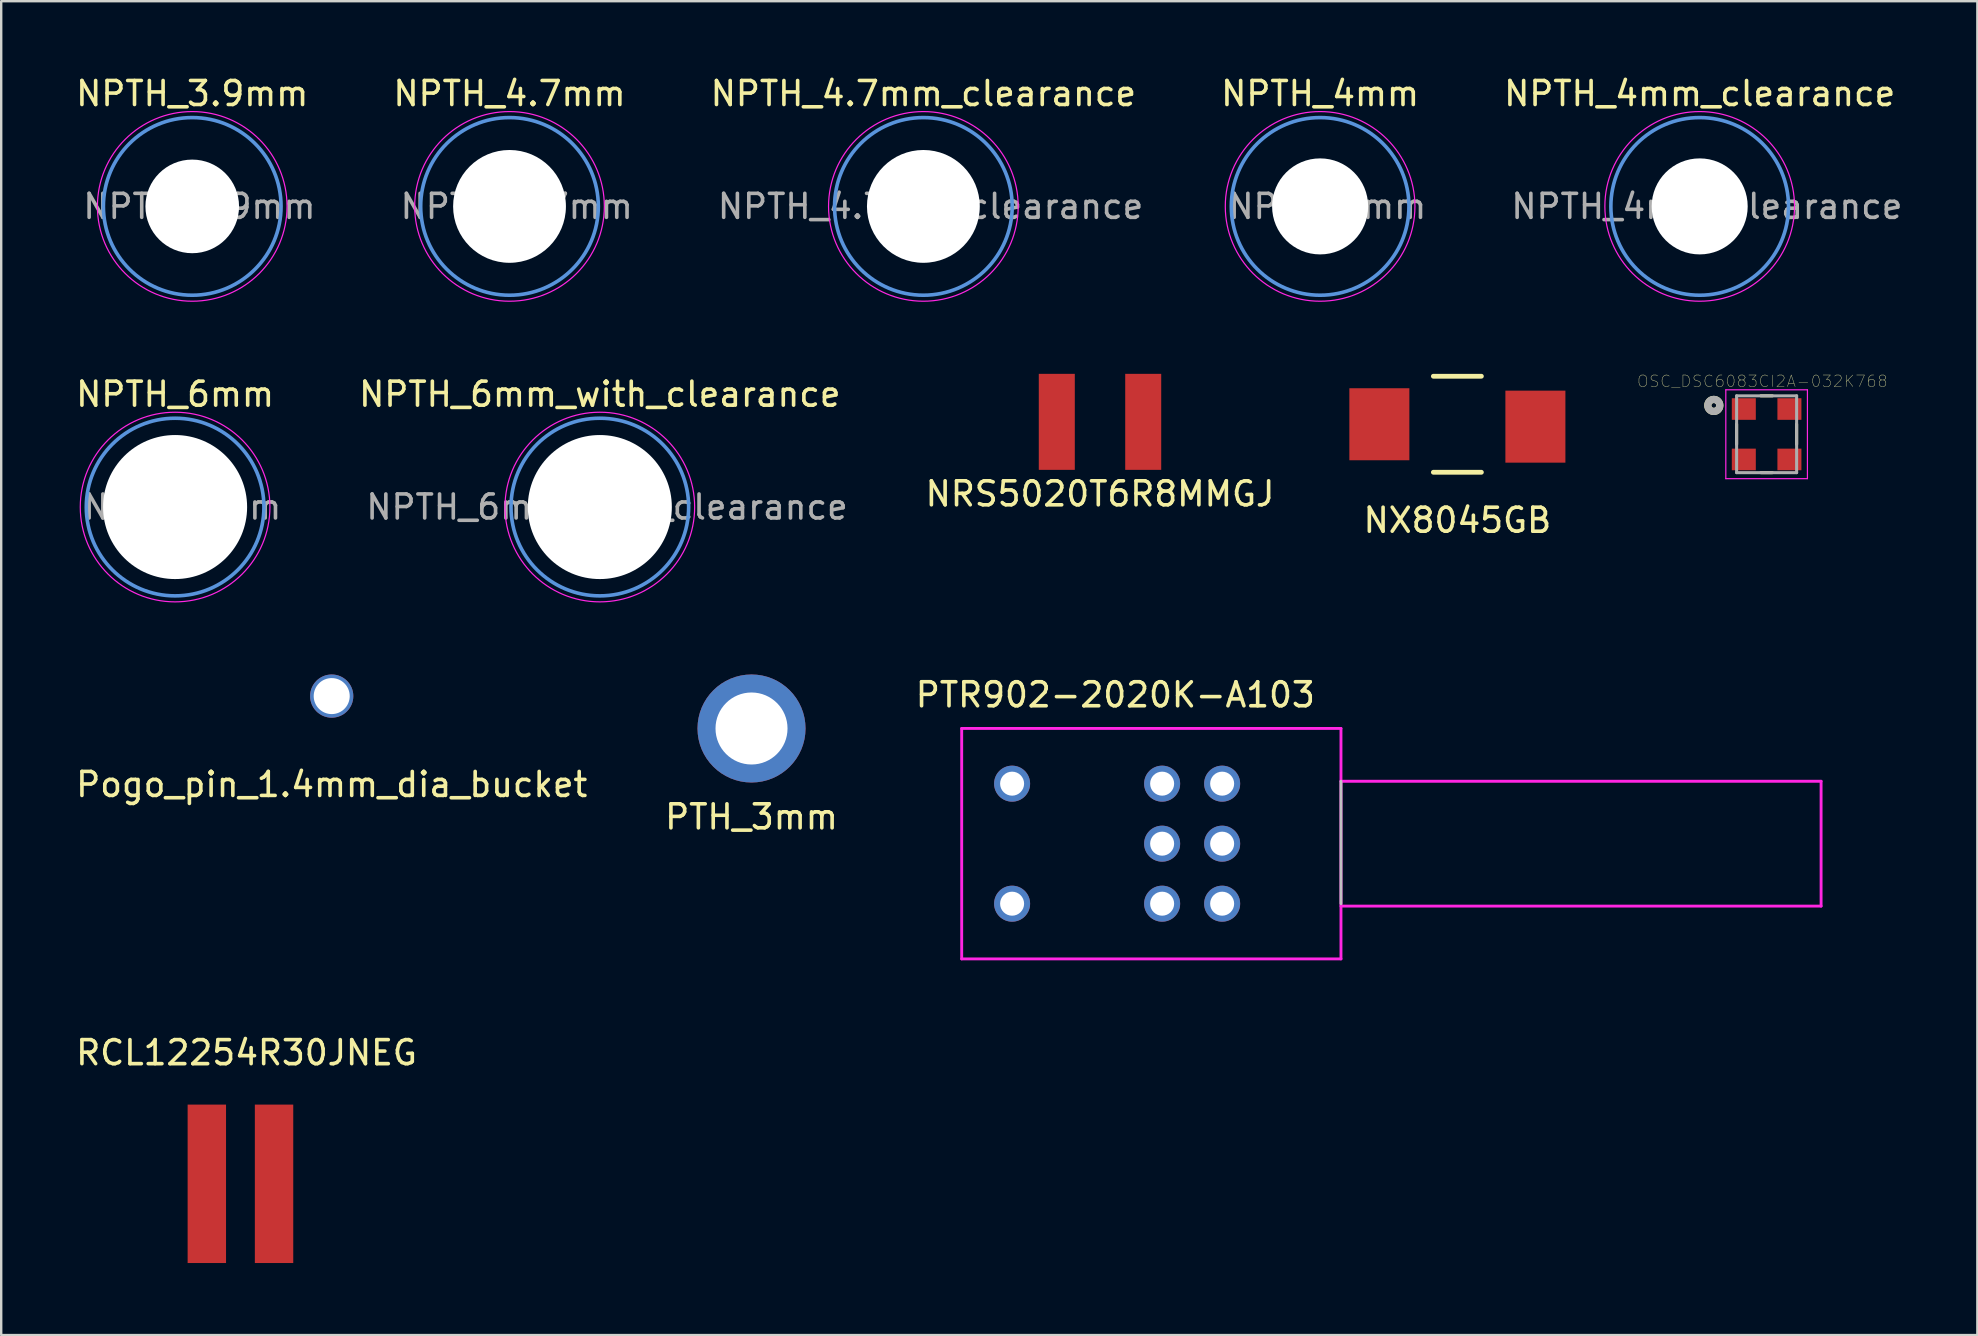
<source format=kicad_pcb>
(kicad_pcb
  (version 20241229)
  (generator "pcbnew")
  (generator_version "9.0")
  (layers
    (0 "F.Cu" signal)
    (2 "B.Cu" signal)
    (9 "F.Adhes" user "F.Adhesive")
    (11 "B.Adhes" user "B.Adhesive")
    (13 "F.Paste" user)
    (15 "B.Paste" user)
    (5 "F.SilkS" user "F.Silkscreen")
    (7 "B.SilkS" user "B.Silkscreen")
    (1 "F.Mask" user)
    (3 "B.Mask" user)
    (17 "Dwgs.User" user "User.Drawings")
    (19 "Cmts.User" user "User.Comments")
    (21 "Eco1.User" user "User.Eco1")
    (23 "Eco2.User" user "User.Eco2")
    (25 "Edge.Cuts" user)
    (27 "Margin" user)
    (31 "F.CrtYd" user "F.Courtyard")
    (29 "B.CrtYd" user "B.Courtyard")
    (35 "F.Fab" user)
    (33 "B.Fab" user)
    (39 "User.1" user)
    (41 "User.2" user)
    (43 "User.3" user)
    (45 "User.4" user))
  (footprint "PTR902-2020K-A103"
    (layer "F.Cu")
    (at 39.111 29.595)
    (property "Reference" "PTR902-2020K-A103" (at 4.3 -3.7 0) (layer "F.SilkS") (effects (font (size 1 1) (thickness 0.15))))
    (attr through_hole)
    (fp_line (start 13.7 -0.1) (end 13.7 5) (stroke (width 0.12) (type solid)) (layer "Dwgs.User"))
    (fp_line (start -2.1 -2.3) (end 13.7 -2.3) (stroke (width 0.12) (type solid)) (layer "F.CrtYd"))
    (fp_line (start -2.1 7.3) (end -2.1 -2.3) (stroke (width 0.12) (type solid)) (layer "F.CrtYd"))
    (fp_line (start 13.7 -2.3) (end 13.7 7.3) (stroke (width 0.12) (type solid)) (layer "F.CrtYd"))
    (fp_line (start 13.7 -0.1) (end 33.7 -0.1) (stroke (width 0.12) (type solid)) (layer "F.CrtYd"))
    (fp_line (start 13.7 7.3) (end -2.1 7.3) (stroke (width 0.12) (type solid)) (layer "F.CrtYd"))
    (fp_line (start 33.7 -0.1) (end 33.7 5.1) (stroke (width 0.12) (type solid)) (layer "F.CrtYd"))
    (fp_line (start 33.7 5.1) (end 13.7 5.1) (stroke (width 0.12) (type solid)) (layer "F.CrtYd"))
    (pad "1" thru_hole circle (at 8.75 5) (size 1.5 1.5) (drill 1) (layers "*.Cu" "*.Mask"))
    (pad "2" thru_hole circle (at 8.75 2.5) (size 1.5 1.5) (drill 1) (layers "*.Cu" "*.Mask"))
    (pad "3" thru_hole circle (at 8.75 0) (size 1.5 1.5) (drill 1) (layers "*.Cu" "*.Mask"))
    (pad "4" thru_hole circle (at 6.25 5) (size 1.5 1.5) (drill 1) (layers "*.Cu" "*.Mask"))
    (pad "5" thru_hole circle (at 6.25 2.5) (size 1.5 1.5) (drill 1) (layers "*.Cu" "*.Mask"))
    (pad "6" thru_hole circle (at 6.25 0) (size 1.5 1.5) (drill 1) (layers "*.Cu" "*.Mask"))
    (pad "7" thru_hole circle (at 0 5) (size 1.5 1.5) (drill 1) (layers "*.Cu" "*.Mask"))
    (pad "8" thru_hole circle (at 0 0) (size 1.5 1.5) (drill 1) (layers "*.Cu" "*.Mask")))
  (footprint "NPTH_4mm"
    (layer "F.Cu")
    (at 51.942 5.548)
    (property "Reference" "NPTH_4mm" (at 0 -4.7 0) (layer "F.SilkS") (effects (font (size 1 1) (thickness 0.15))))
    (attr exclude_from_pos_files exclude_from_bom)
    (fp_circle (center 0 0) (end 3.7 0) (stroke (width 0.15) (type solid)) (fill no) (layer "Cmts.User"))
    (fp_circle (center 0 0) (end 3.95 0) (stroke (width 0.05) (type solid)) (fill no) (layer "F.CrtYd"))
    (fp_text user "${REFERENCE}" (at 0.3 0 0) (layer "F.Fab") (effects (font (size 1 1) (thickness 0.15))))
    (pad "" np_thru_hole circle (at 0 0) (size 4 4) (drill 4) (layers "*.Cu" "*.Mask")))
  (footprint "NPTH_6mm_with_clearance"
    (layer "F.Cu")
    (at 21.937 18.072)
    (property "Reference" "NPTH_6mm_with_clearance" (at 0 -4.7 0) (layer "F.SilkS") (effects (font (size 1 1) (thickness 0.15))))
    (attr exclude_from_pos_files exclude_from_bom)
    (fp_circle (center 0 0) (end 3.7 0) (stroke (width 0.15) (type solid)) (fill no) (layer "Cmts.User"))
    (fp_circle (center 0 0) (end 3.95 0) (stroke (width 0.05) (type solid)) (fill no) (layer "F.CrtYd"))
    (fp_text user "${REFERENCE}" (at 0.3 0 0) (layer "F.Fab") (effects (font (size 1 1) (thickness 0.15))))
    (pad "" np_thru_hole circle (at 0 0) (size 6 6) (drill 6) (layers "*.Cu" "*.Mask")))
  (footprint "NPTH_3.9mm"
    (layer "F.Cu")
    (at 4.958 5.548)
    (property "Reference" "NPTH_3.9mm" (at 0 -4.7 0) (layer "F.SilkS") (effects (font (size 1 1) (thickness 0.15))))
    (attr exclude_from_pos_files exclude_from_bom)
    (fp_circle (center 0 0) (end 3.7 0) (stroke (width 0.15) (type solid)) (fill no) (layer "Cmts.User"))
    (fp_circle (center 0 0) (end 3.95 0) (stroke (width 0.05) (type solid)) (fill no) (layer "F.CrtYd"))
    (fp_text user "${REFERENCE}" (at 0.3 0 0) (layer "F.Fab") (effects (font (size 1 1) (thickness 0.15))))
    (pad "" np_thru_hole circle (at 0 0) (size 3.9 3.9) (drill 3.9) (layers "*.Cu" "*.Mask")))
  (footprint "NPTH_4mm_clearance"
    (layer "F.Cu")
    (at 67.754 5.548)
    (property "Reference" "NPTH_4mm_clearance" (at 0 -4.7 0) (layer "F.SilkS") (effects (font (size 1 1) (thickness 0.15))))
    (attr exclude_from_pos_files exclude_from_bom)
    (fp_circle (center 0 0) (end 3.7 0) (stroke (width 0.15) (type solid)) (fill no) (layer "Cmts.User"))
    (fp_circle (center 0 0) (end 3.95 0) (stroke (width 0.05) (type solid)) (fill no) (layer "F.CrtYd"))
    (fp_text user "${REFERENCE}" (at 0.3 0 0) (layer "F.Fab") (effects (font (size 1 1) (thickness 0.15))))
    (pad "" np_thru_hole circle (at 0 0) (size 4 4) (drill 4) (layers "*.Cu" "*.Mask")))
  (footprint "NRS5020T6R8MMGJ"
    (layer "F.Cu")
    (at 42.773 14.523)
    (property "Reference" "NRS5020T6R8MMGJ" (at 0 3 0) (layer "F.SilkS") (effects (font (size 1 1) (thickness 0.15))))
    (attr through_hole)
    (pad "1" smd rect (at -1.8 0) (size 1.5 4) (layers "F.Cu" "F.Mask" "F.Paste"))
    (pad "2" smd rect (at 1.8 0) (size 1.5 4) (layers "F.Cu" "F.Mask" "F.Paste")))
  (footprint "PTH_3mm"
    (layer "F.Cu")
    (at 28.256 27.297)
    (property "Reference" "PTH_3mm" (at 0 3.683 0) (layer "F.SilkS") (effects (font (size 1 1) (thickness 0.15))))
    (attr through_hole)
    (pad "1" thru_hole circle (at 0 0) (size 4.5 4.5) (drill 3) (layers "*.Cu" "*.Mask")))
  (footprint "NX8045GB"
    (layer "F.Cu")
    (at 57.66 14.623)
    (property "Reference" "NX8045GB" (at 0 4 0) (layer "F.SilkS") (effects (font (size 1 1) (thickness 0.15))))
    (attr through_hole)
    (fp_line (start -1 -2) (end 1 -2) (stroke (width 0.2) (type solid)) (layer "F.SilkS"))
    (fp_line (start 1 2) (end -1 2) (stroke (width 0.2) (type solid)) (layer "F.SilkS"))
    (pad "1" smd rect (at -3.25 0) (size 2.5 3) (layers "F.Cu" "F.Mask" "F.Paste"))
    (pad "2" smd rect (at 3.25 0.1) (size 2.5 3) (layers "F.Cu" "F.Mask" "F.Paste")))
  (footprint "NPTH_4.7mm_clearance"
    (layer "F.Cu")
    (at 35.415 5.548)
    (property "Reference" "NPTH_4.7mm_clearance" (at 0 -4.7 0) (layer "F.SilkS") (effects (font (size 1 1) (thickness 0.15))))
    (attr exclude_from_pos_files exclude_from_bom)
    (fp_circle (center 0 0) (end 3.7 0) (stroke (width 0.15) (type solid)) (fill no) (layer "Cmts.User"))
    (fp_circle (center 0 0) (end 3.95 0) (stroke (width 0.05) (type solid)) (fill no) (layer "F.CrtYd"))
    (fp_text user "${REFERENCE}" (at 0.3 0 0) (layer "F.Fab") (effects (font (size 1 1) (thickness 0.15))))
    (pad "" np_thru_hole circle (at 0 0) (size 4.7 4.7) (drill 4.7) (layers "*.Cu" "*.Mask")))
  (footprint "Pogo_pin_1.4mm_dia_bucket"
    (layer "F.Cu")
    (at 10.768 25.947)
    (property "Reference" "Pogo_pin_1.4mm_dia_bucket" (at 0 3.683 0) (layer "F.SilkS") (effects (font (size 1 1) (thickness 0.15))))
    (attr through_hole)
    (pad "1" thru_hole circle (at 0 0) (size 1.8 1.8) (drill 1.5) (layers "*.Cu" "*.Mask")))
  (footprint "OSC_DSC6083CI2A-032K768"
    (layer "F.Cu")
    (at 70.542 15.039)
    (property "Reference" "OSC_DSC6083CI2A-032K768" (at -0.176 -2.208 0) (layer "F.SilkS") (effects (font (size 0.481 0.481) (thickness 0.015))))
    (attr through_hole)
    (fp_line (start -1.25 0.42) (end -1.25 -0.42) (stroke (width 0.127) (type solid)) (layer "F.SilkS"))
    (fp_line (start -0.24 -1.6) (end 0.24 -1.6) (stroke (width 0.127) (type solid)) (layer "F.SilkS"))
    (fp_line (start -0.24 1.6) (end 0.24 1.6) (stroke (width 0.127) (type solid)) (layer "F.SilkS"))
    (fp_line (start 1.25 -0.42) (end 1.25 0.42) (stroke (width 0.127) (type solid)) (layer "F.SilkS"))
    (fp_circle (center -2.2 -1.2) (end -2.1 -1.2) (stroke (width 0.3) (type solid)) (fill no) (layer "F.SilkS"))
    (fp_line (start -1.7 -1.85) (end 1.7 -1.85) (stroke (width 0.05) (type solid)) (layer "F.CrtYd"))
    (fp_line (start -1.7 1.85) (end -1.7 -1.85) (stroke (width 0.05) (type solid)) (layer "F.CrtYd"))
    (fp_line (start 1.7 -1.85) (end 1.7 1.85) (stroke (width 0.05) (type solid)) (layer "F.CrtYd"))
    (fp_line (start 1.7 1.85) (end -1.7 1.85) (stroke (width 0.05) (type solid)) (layer "F.CrtYd"))
    (fp_line (start -1.25 -1.6) (end 1.25 -1.6) (stroke (width 0.127) (type solid)) (layer "F.Fab"))
    (fp_line (start -1.25 1.6) (end -1.25 -1.6) (stroke (width 0.127) (type solid)) (layer "F.Fab"))
    (fp_line (start 1.25 -1.6) (end 1.25 1.6) (stroke (width 0.127) (type solid)) (layer "F.Fab"))
    (fp_line (start 1.25 1.6) (end -1.25 1.6) (stroke (width 0.127) (type solid)) (layer "F.Fab"))
    (fp_circle (center -2.2 -1.2) (end -2.1 -1.2) (stroke (width 0.3) (type solid)) (fill no) (layer "F.Fab"))
    (pad "1" smd rect (at -0.95 -1.05) (size 1 0.9) (layers "F.Cu" "F.Mask" "F.Paste"))
    (pad "2" smd rect (at -0.95 1.05) (size 1 0.9) (layers "F.Cu" "F.Mask" "F.Paste"))
    (pad "3" smd rect (at 0.95 1.05) (size 1 0.9) (layers "F.Cu" "F.Mask" "F.Paste"))
    (pad "4" smd rect (at 0.95 -1.05) (size 1 0.9) (layers "F.Cu" "F.Mask" "F.Paste")))
  (footprint "RCL12254R30JNEG"
    (layer "F.Cu")
    (at 6.966 46.264)
    (property "Reference" "RCL12254R30JNEG" (at 0.254 -5.461 0) (layer "F.SilkS") (effects (font (size 1 1) (thickness 0.15))))
    (attr through_hole)
    (pad "1" smd rect (at -1.4 0) (size 1.6 6.6) (layers "F.Cu" "F.Mask" "F.Paste"))
    (pad "2" smd rect (at 1.4 0) (size 1.6 6.6) (layers "F.Cu" "F.Mask" "F.Paste")))
  (footprint "NPTH_4.7mm"
    (layer "F.Cu")
    (at 18.175 5.548)
    (property "Reference" "NPTH_4.7mm" (at 0 -4.7 0) (layer "F.SilkS") (effects (font (size 1 1) (thickness 0.15))))
    (attr exclude_from_pos_files exclude_from_bom)
    (fp_circle (center 0 0) (end 3.7 0) (stroke (width 0.15) (type solid)) (fill no) (layer "Cmts.User"))
    (fp_circle (center 0 0) (end 3.95 0) (stroke (width 0.05) (type solid)) (fill no) (layer "F.CrtYd"))
    (fp_text user "${REFERENCE}" (at 0.3 0 0) (layer "F.Fab") (effects (font (size 1 1) (thickness 0.15))))
    (pad "" np_thru_hole circle (at 0 0) (size 4.7 4.7) (drill 4.7) (layers "*.Cu" "*.Mask")))
  (footprint "NPTH_6mm"
    (layer "F.Cu")
    (at 4.244 18.072)
    (property "Reference" "NPTH_6mm" (at 0 -4.7 0) (layer "F.SilkS") (effects (font (size 1 1) (thickness 0.15))))
    (attr exclude_from_pos_files exclude_from_bom)
    (fp_circle (center 0 0) (end 3.7 0) (stroke (width 0.15) (type solid)) (fill no) (layer "Cmts.User"))
    (fp_circle (center 0 0) (end 3.95 0) (stroke (width 0.05) (type solid)) (fill no) (layer "F.CrtYd"))
    (fp_text user "${REFERENCE}" (at 0.3 0 0) (layer "F.Fab") (effects (font (size 1 1) (thickness 0.15))))
    (pad "" np_thru_hole circle (at 0 0) (size 6 6) (drill 6) (layers "*.Cu" "*.Mask")))
  (gr_rect
    (start -3 -3)
    (end 79.321 52.564)
    (stroke (width 0.1) (type default))
    (fill no)
    (layer "Edge.Cuts")))
</source>
